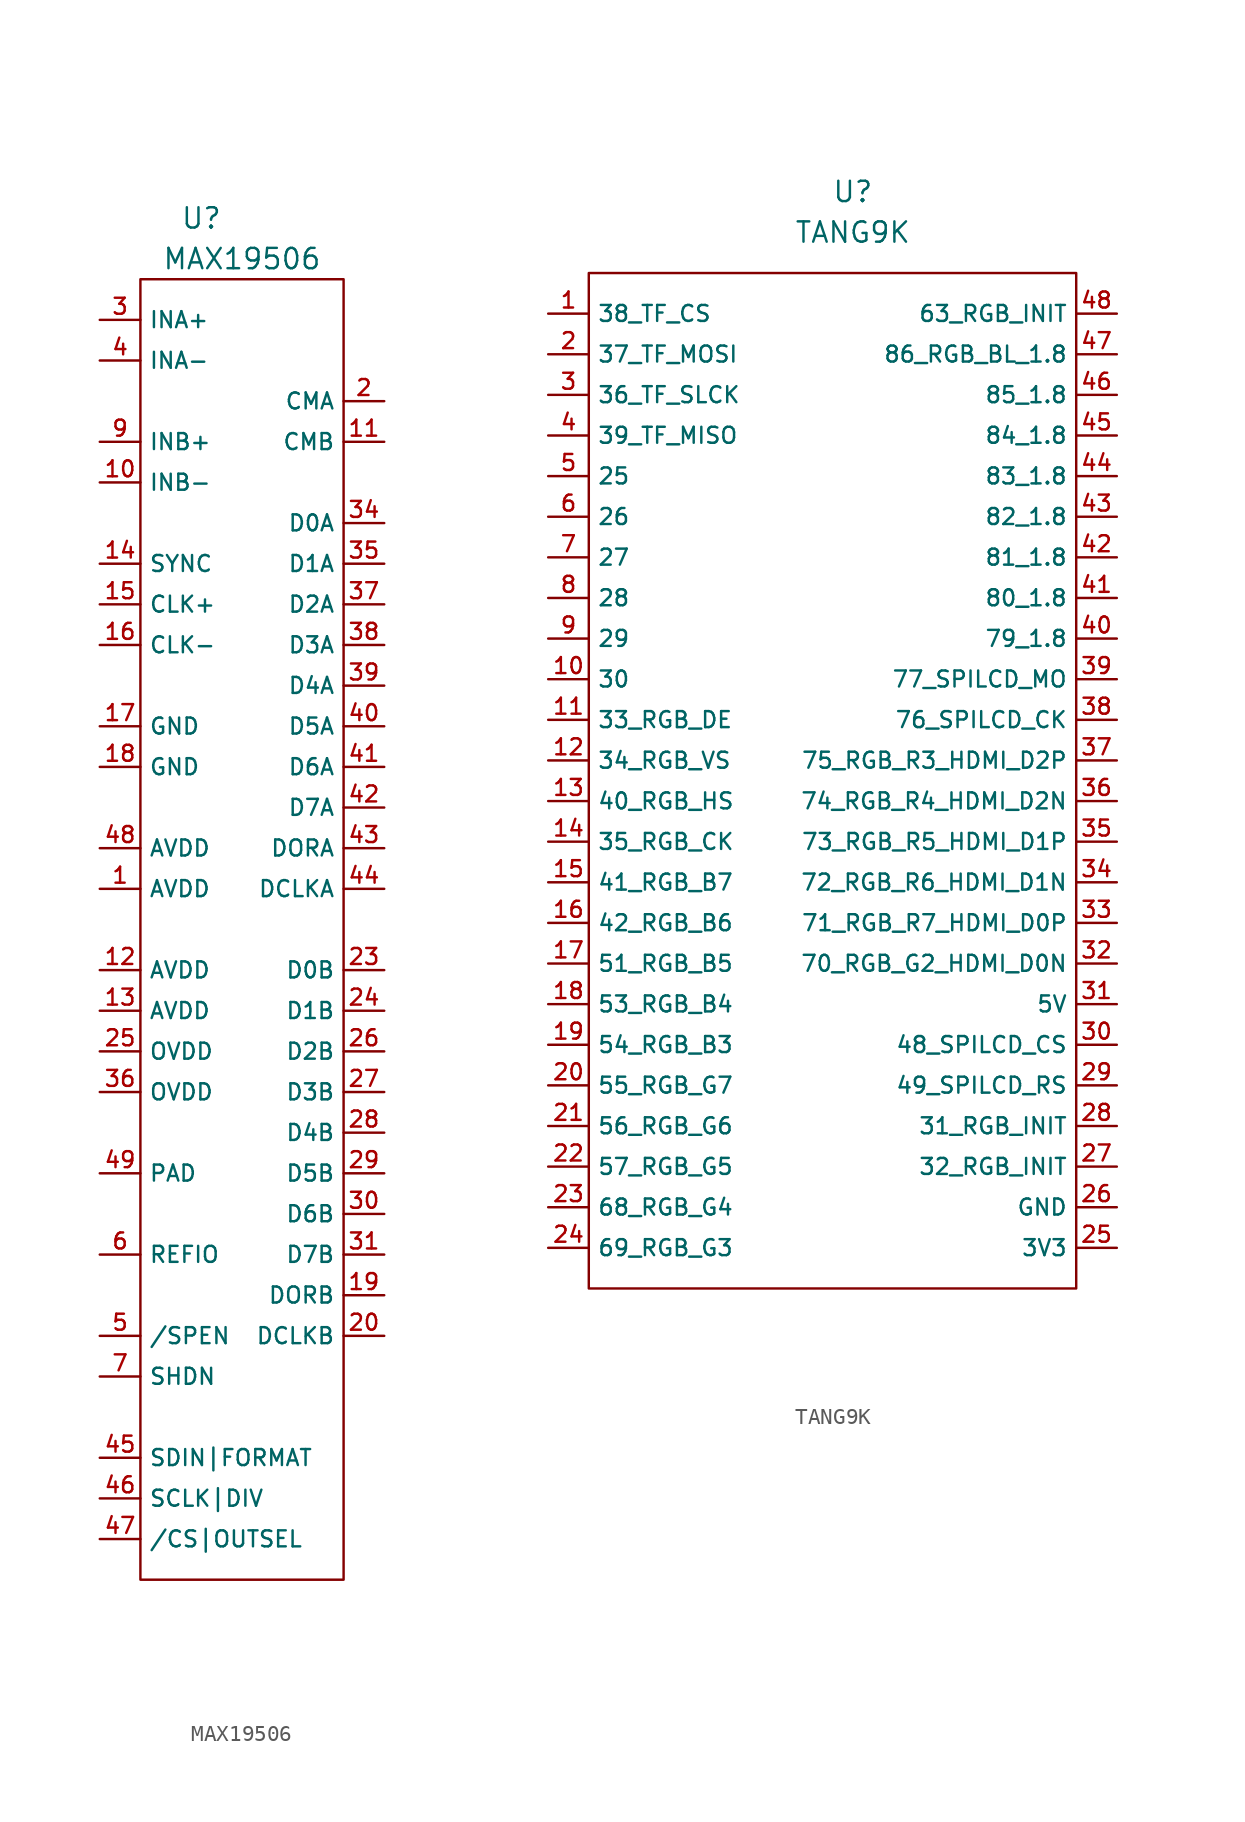
<source format=kicad_sym>
(kicad_symbol_lib
  (version 20211014)
  (generator kicad_symbol_editor)
  (symbol "MAX19506"
    (property "Reference" "U"
      (at -2.54 40.64 0)
      (effects (font (size 1.27 1.27))))
    (property "Value" "MAX19506"
      (at 0 38.1 0)
      (effects (font (size 1.27 1.27))))
    (symbol "MAX19506_0_1"
      (rectangle (start -6.35 36.83) (end 6.35 -44.45) (stroke (width 0.152) (type default) (color 0 0 0 0)) (fill (type none))))
    (symbol "MAX19506_1_1"
      (pin input line (at -8.89 -1.27 0) (length 2.54) (name "AVDD" (effects (font (size 1 1)))) (number "1" (effects (font (size 1 1)))))
      (pin input line (at -8.89 24.13 0) (length 2.54) (name "INB-" (effects (font (size 1 1)))) (number "10" (effects (font (size 1 1)))))
      (pin output line (at 8.89 26.67 180) (length 2.54) (name "CMB" (effects (font (size 1 1)))) (number "11" (effects (font (size 1 1)))))
      (pin input line (at -8.89 -6.35 0) (length 2.54) (name "AVDD" (effects (font (size 1 1)))) (number "12" (effects (font (size 1 1)))))
      (pin input line (at -8.89 -8.89 0) (length 2.54) (name "AVDD" (effects (font (size 1 1)))) (number "13" (effects (font (size 1 1)))))
      (pin input line (at -8.89 19.05 0) (length 2.54) (name "SYNC" (effects (font (size 1 1)))) (number "14" (effects (font (size 1 1)))))
      (pin input line (at -8.89 16.51 0) (length 2.54) (name "CLK+" (effects (font (size 1 1)))) (number "15" (effects (font (size 1 1)))))
      (pin input line (at -8.89 13.97 0) (length 2.54) (name "CLK-" (effects (font (size 1 1)))) (number "16" (effects (font (size 1 1)))))
      (pin input line (at -8.89 8.89 0) (length 2.54) (name "GND" (effects (font (size 1 1)))) (number "17" (effects (font (size 1 1)))))
      (pin input line (at -8.89 6.35 0) (length 2.54) (name "GND" (effects (font (size 1 1)))) (number "18" (effects (font (size 1 1)))))
      (pin output line (at 8.89 -26.67 180) (length 2.54) (name "DORB" (effects (font (size 1 1)))) (number "19" (effects (font (size 1 1)))))
      (pin output line (at 8.89 29.21 180) (length 2.54) (name "CMA" (effects (font (size 1 1)))) (number "2" (effects (font (size 1 1)))))
      (pin output line (at 8.89 -29.21 180) (length 2.54) (name "DCLKB" (effects (font (size 1 1)))) (number "20" (effects (font (size 1 1)))))
      (pin output line (at 8.89 -6.35 180) (length 2.54) (name "D0B" (effects (font (size 1 1)))) (number "23" (effects (font (size 1 1)))))
      (pin output line (at 8.89 -8.89 180) (length 2.54) (name "D1B" (effects (font (size 1 1)))) (number "24" (effects (font (size 1 1)))))
      (pin input line (at -8.89 -11.43 0) (length 2.54) (name "OVDD" (effects (font (size 1 1)))) (number "25" (effects (font (size 1 1)))))
      (pin output line (at 8.89 -11.43 180) (length 2.54) (name "D2B" (effects (font (size 1 1)))) (number "26" (effects (font (size 1 1)))))
      (pin output line (at 8.89 -13.97 180) (length 2.54) (name "D3B" (effects (font (size 1 1)))) (number "27" (effects (font (size 1 1)))))
      (pin output line (at 8.89 -16.51 180) (length 2.54) (name "D4B" (effects (font (size 1 1)))) (number "28" (effects (font (size 1 1)))))
      (pin output line (at 8.89 -19.05 180) (length 2.54) (name "D5B" (effects (font (size 1 1)))) (number "29" (effects (font (size 1 1)))))
      (pin input line (at -8.89 34.29 0) (length 2.54) (name "INA+" (effects (font (size 1 1)))) (number "3" (effects (font (size 1 1)))))
      (pin output line (at 8.89 -21.59 180) (length 2.54) (name "D6B" (effects (font (size 1 1)))) (number "30" (effects (font (size 1 1)))))
      (pin output line (at 8.89 -24.13 180) (length 2.54) (name "D7B" (effects (font (size 1 1)))) (number "31" (effects (font (size 1 1)))))
      (pin output line (at 8.89 21.59 180) (length 2.54) (name "D0A" (effects (font (size 1 1)))) (number "34" (effects (font (size 1 1)))))
      (pin output line (at 8.89 19.05 180) (length 2.54) (name "D1A" (effects (font (size 1 1)))) (number "35" (effects (font (size 1 1)))))
      (pin input line (at -8.89 -13.97 0) (length 2.54) (name "OVDD" (effects (font (size 1 1)))) (number "36" (effects (font (size 1 1)))))
      (pin output line (at 8.89 16.51 180) (length 2.54) (name "D2A" (effects (font (size 1 1)))) (number "37" (effects (font (size 1 1)))))
      (pin output line (at 8.89 13.97 180) (length 2.54) (name "D3A" (effects (font (size 1 1)))) (number "38" (effects (font (size 1 1)))))
      (pin output line (at 8.89 11.43 180) (length 2.54) (name "D4A" (effects (font (size 1 1)))) (number "39" (effects (font (size 1 1)))))
      (pin input line (at -8.89 31.75 0) (length 2.54) (name "INA-" (effects (font (size 1 1)))) (number "4" (effects (font (size 1 1)))))
      (pin output line (at 8.89 8.89 180) (length 2.54) (name "D5A" (effects (font (size 1 1)))) (number "40" (effects (font (size 1 1)))))
      (pin output line (at 8.89 6.35 180) (length 2.54) (name "D6A" (effects (font (size 1 1)))) (number "41" (effects (font (size 1 1)))))
      (pin output line (at 8.89 3.81 180) (length 2.54) (name "D7A" (effects (font (size 1 1)))) (number "42" (effects (font (size 1 1)))))
      (pin output line (at 8.89 1.27 180) (length 2.54) (name "DORA" (effects (font (size 1 1)))) (number "43" (effects (font (size 1 1)))))
      (pin output line (at 8.89 -1.27 180) (length 2.54) (name "DCLKA" (effects (font (size 1 1)))) (number "44" (effects (font (size 1 1)))))
      (pin input line (at -8.89 -36.83 0) (length 2.54) (name "SDIN|FORMAT" (effects (font (size 1 1)))) (number "45" (effects (font (size 1 1)))))
      (pin input line (at -8.89 -39.37 0) (length 2.54) (name "SCLK|DIV" (effects (font (size 1 1)))) (number "46" (effects (font (size 1 1)))))
      (pin input line (at -8.89 -41.91 0) (length 2.54) (name "/CS|OUTSEL" (effects (font (size 1 1)))) (number "47" (effects (font (size 1 1)))))
      (pin input line (at -8.89 1.27 0) (length 2.54) (name "AVDD" (effects (font (size 1 1)))) (number "48" (effects (font (size 1 1)))))
      (pin bidirectional line (at -8.89 -19.05 0) (length 2.54) (name "PAD" (effects (font (size 1 1)))) (number "49" (effects (font (size 1 1)))))
      (pin input line (at -8.89 -29.21 0) (length 2.54) (name "/SPEN" (effects (font (size 1 1)))) (number "5" (effects (font (size 1 1)))))
      (pin input line (at -8.89 -24.13 0) (length 2.54) (name "REFIO" (effects (font (size 1 1)))) (number "6" (effects (font (size 1 1)))))
      (pin input line (at -8.89 -31.75 0) (length 2.54) (name "SHDN" (effects (font (size 1 1)))) (number "7" (effects (font (size 1 1)))))
      (pin input line (at -8.89 26.67 0) (length 2.54) (name "INB+" (effects (font (size 1 1)))) (number "9" (effects (font (size 1 1)))))))
  (symbol "TANG9K"
    (property "Reference" "U"
      (at 0 35.56 0)
      (effects (font (size 1.27 1.27))))
    (property "Value" "TANG9K"
      (at 0 33.02 0)
      (effects (font (size 1.27 1.27))))
    (symbol "TANG9K_0_1"
      (rectangle (start -16.51 30.48) (end 13.97 -33.02) (stroke (width 0.152) (type default) (color 0 0 0 0)) (fill (type none))))
    (symbol "TANG9K_1_1"
      (pin bidirectional line (at -19.05 27.94 0) (length 2.54) (name "38_TF_CS" (effects (font (size 1 1)))) (number "1" (effects (font (size 1 1)))))
      (pin bidirectional line (at -19.05 5.08 0) (length 2.54) (name "30" (effects (font (size 1 1)))) (number "10" (effects (font (size 1 1)))))
      (pin bidirectional line (at -19.05 2.54 0) (length 2.54) (name "33_RGB_DE" (effects (font (size 1 1)))) (number "11" (effects (font (size 1 1)))))
      (pin bidirectional line (at -19.05 0 0) (length 2.54) (name "34_RGB_VS" (effects (font (size 1 1)))) (number "12" (effects (font (size 1 1)))))
      (pin bidirectional line (at -19.05 -2.54 0) (length 2.54) (name "40_RGB_HS" (effects (font (size 1 1)))) (number "13" (effects (font (size 1 1)))))
      (pin bidirectional line (at -19.05 -5.08 0) (length 2.54) (name "35_RGB_CK" (effects (font (size 1 1)))) (number "14" (effects (font (size 1 1)))))
      (pin bidirectional line (at -19.05 -7.62 0) (length 2.54) (name "41_RGB_B7" (effects (font (size 1 1)))) (number "15" (effects (font (size 1 1)))))
      (pin bidirectional line (at -19.05 -10.16 0) (length 2.54) (name "42_RGB_B6" (effects (font (size 1 1)))) (number "16" (effects (font (size 1 1)))))
      (pin bidirectional line (at -19.05 -12.7 0) (length 2.54) (name "51_RGB_B5" (effects (font (size 1 1)))) (number "17" (effects (font (size 1 1)))))
      (pin bidirectional line (at -19.05 -15.24 0) (length 2.54) (name "53_RGB_B4" (effects (font (size 1 1)))) (number "18" (effects (font (size 1 1)))))
      (pin bidirectional line (at -19.05 -17.78 0) (length 2.54) (name "54_RGB_B3" (effects (font (size 1 1)))) (number "19" (effects (font (size 1 1)))))
      (pin bidirectional line (at -19.05 25.4 0) (length 2.54) (name "37_TF_MOSI" (effects (font (size 1 1)))) (number "2" (effects (font (size 1 1)))))
      (pin bidirectional line (at -19.05 -20.32 0) (length 2.54) (name "55_RGB_G7" (effects (font (size 1 1)))) (number "20" (effects (font (size 1 1)))))
      (pin bidirectional line (at -19.05 -22.86 0) (length 2.54) (name "56_RGB_G6" (effects (font (size 1 1)))) (number "21" (effects (font (size 1 1)))))
      (pin bidirectional line (at -19.05 -25.4 0) (length 2.54) (name "57_RGB_G5" (effects (font (size 1 1)))) (number "22" (effects (font (size 1 1)))))
      (pin bidirectional line (at -19.05 -27.94 0) (length 2.54) (name "68_RGB_G4" (effects (font (size 1 1)))) (number "23" (effects (font (size 1 1)))))
      (pin bidirectional line (at -19.05 -30.48 0) (length 2.54) (name "69_RGB_G3" (effects (font (size 1 1)))) (number "24" (effects (font (size 1 1)))))
      (pin output line (at 16.51 -30.48 180) (length 2.54) (name "3V3" (effects (font (size 1 1)))) (number "25" (effects (font (size 1 1)))))
      (pin output line (at 16.51 -27.94 180) (length 2.54) (name "GND" (effects (font (size 1 1)))) (number "26" (effects (font (size 1 1)))))
      (pin bidirectional line (at 16.51 -25.4 180) (length 2.54) (name "32_RGB_INIT" (effects (font (size 1 1)))) (number "27" (effects (font (size 1 1)))))
      (pin bidirectional line (at 16.51 -22.86 180) (length 2.54) (name "31_RGB_INIT" (effects (font (size 1 1)))) (number "28" (effects (font (size 1 1)))))
      (pin bidirectional line (at 16.51 -20.32 180) (length 2.54) (name "49_SPILCD_RS" (effects (font (size 1 1)))) (number "29" (effects (font (size 1 1)))))
      (pin bidirectional line (at -19.05 22.86 0) (length 2.54) (name "36_TF_SLCK" (effects (font (size 1 1)))) (number "3" (effects (font (size 1 1)))))
      (pin bidirectional line (at 16.51 -17.78 180) (length 2.54) (name "48_SPILCD_CS" (effects (font (size 1 1)))) (number "30" (effects (font (size 1 1)))))
      (pin output line (at 16.51 -15.24 180) (length 2.54) (name "5V" (effects (font (size 1 1)))) (number "31" (effects (font (size 1 1)))))
      (pin bidirectional line (at 16.51 -12.7 180) (length 2.54) (name "70_RGB_G2_HDMI_D0N" (effects (font (size 1 1)))) (number "32" (effects (font (size 1 1)))))
      (pin bidirectional line (at 16.51 -10.16 180) (length 2.54) (name "71_RGB_R7_HDMI_D0P" (effects (font (size 1 1)))) (number "33" (effects (font (size 1 1)))))
      (pin bidirectional line (at 16.51 -7.62 180) (length 2.54) (name "72_RGB_R6_HDMI_D1N" (effects (font (size 1 1)))) (number "34" (effects (font (size 1 1)))))
      (pin bidirectional line (at 16.51 -5.08 180) (length 2.54) (name "73_RGB_R5_HDMI_D1P" (effects (font (size 1 1)))) (number "35" (effects (font (size 1 1)))))
      (pin bidirectional line (at 16.51 -2.54 180) (length 2.54) (name "74_RGB_R4_HDMI_D2N" (effects (font (size 1 1)))) (number "36" (effects (font (size 1 1)))))
      (pin bidirectional line (at 16.51 0 180) (length 2.54) (name "75_RGB_R3_HDMI_D2P" (effects (font (size 1 1)))) (number "37" (effects (font (size 1 1)))))
      (pin bidirectional line (at 16.51 2.54 180) (length 2.54) (name "76_SPILCD_CK" (effects (font (size 1 1)))) (number "38" (effects (font (size 1 1)))))
      (pin bidirectional line (at 16.51 5.08 180) (length 2.54) (name "77_SPILCD_MO" (effects (font (size 1 1)))) (number "39" (effects (font (size 1 1)))))
      (pin bidirectional line (at -19.05 20.32 0) (length 2.54) (name "39_TF_MISO" (effects (font (size 1 1)))) (number "4" (effects (font (size 1 1)))))
      (pin bidirectional line (at 16.51 7.62 180) (length 2.54) (name "79_1.8" (effects (font (size 1 1)))) (number "40" (effects (font (size 1 1)))))
      (pin bidirectional line (at 16.51 10.16 180) (length 2.54) (name "80_1.8" (effects (font (size 1 1)))) (number "41" (effects (font (size 1 1)))))
      (pin bidirectional line (at 16.51 12.7 180) (length 2.54) (name "81_1.8" (effects (font (size 1 1)))) (number "42" (effects (font (size 1 1)))))
      (pin bidirectional line (at 16.51 15.24 180) (length 2.54) (name "82_1.8" (effects (font (size 1 1)))) (number "43" (effects (font (size 1 1)))))
      (pin bidirectional line (at 16.51 17.78 180) (length 2.54) (name "83_1.8" (effects (font (size 1 1)))) (number "44" (effects (font (size 1 1)))))
      (pin bidirectional line (at 16.51 20.32 180) (length 2.54) (name "84_1.8" (effects (font (size 1 1)))) (number "45" (effects (font (size 1 1)))))
      (pin bidirectional line (at 16.51 22.86 180) (length 2.54) (name "85_1.8" (effects (font (size 1 1)))) (number "46" (effects (font (size 1 1)))))
      (pin bidirectional line (at 16.51 25.4 180) (length 2.54) (name "86_RGB_BL_1.8" (effects (font (size 1 1)))) (number "47" (effects (font (size 1 1)))))
      (pin bidirectional line (at 16.51 27.94 180) (length 2.54) (name "63_RGB_INIT" (effects (font (size 1 1)))) (number "48" (effects (font (size 1 1)))))
      (pin bidirectional line (at -19.05 17.78 0) (length 2.54) (name "25" (effects (font (size 1 1)))) (number "5" (effects (font (size 1 1)))))
      (pin bidirectional line (at -19.05 15.24 0) (length 2.54) (name "26" (effects (font (size 1 1)))) (number "6" (effects (font (size 1 1)))))
      (pin bidirectional line (at -19.05 12.7 0) (length 2.54) (name "27" (effects (font (size 1 1)))) (number "7" (effects (font (size 1 1)))))
      (pin bidirectional line (at -19.05 10.16 0) (length 2.54) (name "28" (effects (font (size 1 1)))) (number "8" (effects (font (size 1 1)))))
      (pin bidirectional line (at -19.05 7.62 0) (length 2.54) (name "29" (effects (font (size 1 1)))) (number "9" (effects (font (size 1 1))))))))
</source>
